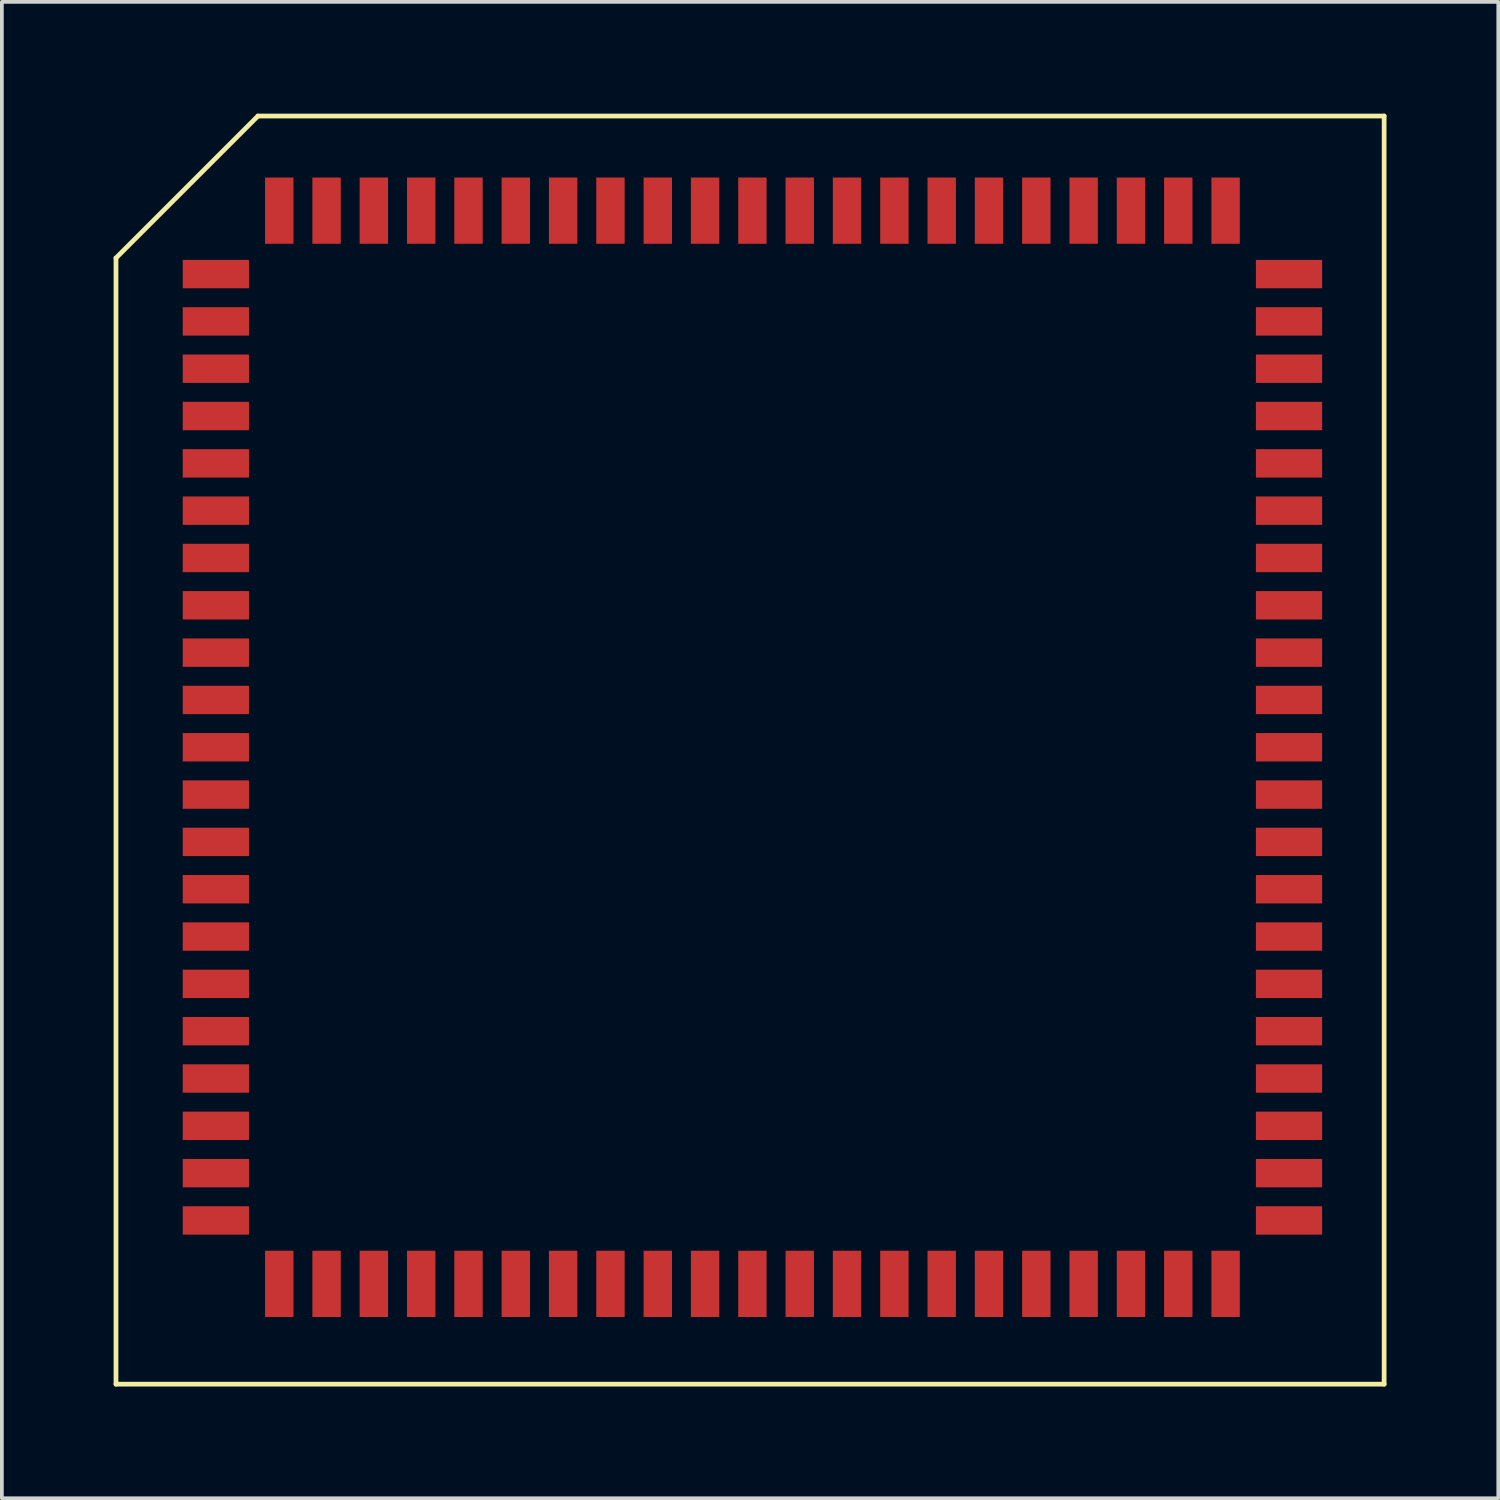
<source format=kicad_pcb>
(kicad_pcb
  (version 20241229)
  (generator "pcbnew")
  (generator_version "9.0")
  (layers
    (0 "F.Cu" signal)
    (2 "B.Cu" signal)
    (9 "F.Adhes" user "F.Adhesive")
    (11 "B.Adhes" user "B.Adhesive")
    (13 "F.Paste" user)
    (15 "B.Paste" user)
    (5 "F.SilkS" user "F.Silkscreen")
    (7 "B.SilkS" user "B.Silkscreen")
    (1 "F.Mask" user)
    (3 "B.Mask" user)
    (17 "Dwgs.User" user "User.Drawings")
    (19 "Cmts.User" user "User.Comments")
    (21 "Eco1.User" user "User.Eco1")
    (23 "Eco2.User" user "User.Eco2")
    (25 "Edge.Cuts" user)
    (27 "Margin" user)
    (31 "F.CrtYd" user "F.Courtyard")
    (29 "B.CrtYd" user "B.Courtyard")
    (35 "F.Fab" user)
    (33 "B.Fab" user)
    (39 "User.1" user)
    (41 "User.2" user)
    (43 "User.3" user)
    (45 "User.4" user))
  (footprint "JLCC84-no-silk-lines"
    (layer "F.Cu")
    (at 14.287 10.986)
    (property "Reference" "JLCC84-no-silk-lines" (at 0 0 0) (layer "Cmts.User") (effects (font (size 0.001 0.001) (thickness 0.000001))))
    (attr through_hole)
    (fp_line (start -14.224 -7.112) (end -10.414 -10.922) (stroke (width 0.127) (type solid)) (layer "F.SilkS"))
    (fp_line (start -14.224 23.114) (end -14.224 -7.112) (stroke (width 0.127) (type solid)) (layer "F.SilkS"))
    (fp_line (start -10.414 -10.922) (end 19.812 -10.922) (stroke (width 0.127) (type solid)) (layer "F.SilkS"))
    (fp_line (start 19.812 -10.922) (end 19.812 23.114) (stroke (width 0.127) (type solid)) (layer "F.SilkS"))
    (fp_line (start 19.812 23.114) (end -14.224 23.114) (stroke (width 0.127) (type solid)) (layer "F.SilkS"))
    (fp_text user "JLCC84" (at 0 0 0) (layer "Eco1.User") (effects (font (size 1.27 1.27) (thickness 0.102))))
    (pad "P$1" smd rect (at -11.544 6.02 90) (size 0.762 1.778) (layers "F.Cu" "F.Mask" "F.Paste"))
    (pad "P$2" smd rect (at -11.544 7.29 90) (size 0.762 1.778) (layers "F.Cu" "F.Mask" "F.Paste"))
    (pad "P$3" smd rect (at -11.544 8.56 90) (size 0.762 1.778) (layers "F.Cu" "F.Mask" "F.Paste"))
    (pad "P$4" smd rect (at -11.544 9.83 90) (size 0.762 1.778) (layers "F.Cu" "F.Mask" "F.Paste"))
    (pad "P$5" smd rect (at -11.544 11.1 90) (size 0.762 1.778) (layers "F.Cu" "F.Mask" "F.Paste"))
    (pad "P$6" smd rect (at -11.544 12.37 90) (size 0.762 1.778) (layers "F.Cu" "F.Mask" "F.Paste"))
    (pad "P$7" smd rect (at -11.544 13.64 90) (size 0.762 1.778) (layers "F.Cu" "F.Mask" "F.Paste"))
    (pad "P$8" smd rect (at -11.544 14.91 90) (size 0.762 1.778) (layers "F.Cu" "F.Mask" "F.Paste"))
    (pad "P$9" smd rect (at -11.544 16.18 90) (size 0.762 1.778) (layers "F.Cu" "F.Mask" "F.Paste"))
    (pad "P$10" smd rect (at -11.544 17.45 90) (size 0.762 1.778) (layers "F.Cu" "F.Mask" "F.Paste"))
    (pad "P$11" smd rect (at -11.544 18.72 90) (size 0.762 1.778) (layers "F.Cu" "F.Mask" "F.Paste"))
    (pad "P$12" smd rect (at -9.842 20.422 180) (size 0.762 1.778) (layers "F.Cu" "F.Mask" "F.Paste"))
    (pad "P$13" smd rect (at -8.572 20.422 180) (size 0.762 1.778) (layers "F.Cu" "F.Mask" "F.Paste"))
    (pad "P$14" smd rect (at -7.303 20.422 180) (size 0.762 1.778) (layers "F.Cu" "F.Mask" "F.Paste"))
    (pad "P$15" smd rect (at -6.032 20.422 180) (size 0.762 1.778) (layers "F.Cu" "F.Mask" "F.Paste"))
    (pad "P$16" smd rect (at -4.763 20.422 180) (size 0.762 1.778) (layers "F.Cu" "F.Mask" "F.Paste"))
    (pad "P$17" smd rect (at -3.493 20.422 180) (size 0.762 1.778) (layers "F.Cu" "F.Mask" "F.Paste"))
    (pad "P$18" smd rect (at -2.223 20.422 180) (size 0.762 1.778) (layers "F.Cu" "F.Mask" "F.Paste"))
    (pad "P$19" smd rect (at -0.953 20.422 180) (size 0.762 1.778) (layers "F.Cu" "F.Mask" "F.Paste"))
    (pad "P$20" smd rect (at 0.318 20.422 180) (size 0.762 1.778) (layers "F.Cu" "F.Mask" "F.Paste"))
    (pad "P$21" smd rect (at 1.587 20.422 180) (size 0.762 1.778) (layers "F.Cu" "F.Mask" "F.Paste"))
    (pad "P$22" smd rect (at 2.857 20.422 180) (size 0.762 1.778) (layers "F.Cu" "F.Mask" "F.Paste"))
    (pad "P$23" smd rect (at 4.128 20.422 180) (size 0.762 1.778) (layers "F.Cu" "F.Mask" "F.Paste"))
    (pad "P$24" smd rect (at 5.397 20.422 180) (size 0.762 1.778) (layers "F.Cu" "F.Mask" "F.Paste"))
    (pad "P$25" smd rect (at 6.668 20.422 180) (size 0.762 1.778) (layers "F.Cu" "F.Mask" "F.Paste"))
    (pad "P$26" smd rect (at 7.938 20.422 180) (size 0.762 1.778) (layers "F.Cu" "F.Mask" "F.Paste"))
    (pad "P$27" smd rect (at 9.207 20.422 180) (size 0.762 1.778) (layers "F.Cu" "F.Mask" "F.Paste"))
    (pad "P$28" smd rect (at 10.477 20.422 180) (size 0.762 1.778) (layers "F.Cu" "F.Mask" "F.Paste"))
    (pad "P$29" smd rect (at 11.748 20.422 180) (size 0.762 1.778) (layers "F.Cu" "F.Mask" "F.Paste"))
    (pad "P$30" smd rect (at 13.018 20.422 180) (size 0.762 1.778) (layers "F.Cu" "F.Mask" "F.Paste"))
    (pad "P$31" smd rect (at 14.287 20.422 180) (size 0.762 1.778) (layers "F.Cu" "F.Mask" "F.Paste"))
    (pad "P$32" smd rect (at 15.557 20.422 180) (size 0.762 1.778) (layers "F.Cu" "F.Mask" "F.Paste"))
    (pad "P$33" smd rect (at 17.259 18.72 90) (size 0.762 1.778) (layers "F.Cu" "F.Mask" "F.Paste"))
    (pad "P$34" smd rect (at 17.259 17.45 90) (size 0.762 1.778) (layers "F.Cu" "F.Mask" "F.Paste"))
    (pad "P$35" smd rect (at 17.259 16.18 90) (size 0.762 1.778) (layers "F.Cu" "F.Mask" "F.Paste"))
    (pad "P$36" smd rect (at 17.259 14.91 90) (size 0.762 1.778) (layers "F.Cu" "F.Mask" "F.Paste"))
    (pad "P$37" smd rect (at 17.259 13.64 90) (size 0.762 1.778) (layers "F.Cu" "F.Mask" "F.Paste"))
    (pad "P$38" smd rect (at 17.259 12.37 90) (size 0.762 1.778) (layers "F.Cu" "F.Mask" "F.Paste"))
    (pad "P$39" smd rect (at 17.259 11.1 90) (size 0.762 1.778) (layers "F.Cu" "F.Mask" "F.Paste"))
    (pad "P$40" smd rect (at 17.259 9.83 90) (size 0.762 1.778) (layers "F.Cu" "F.Mask" "F.Paste"))
    (pad "P$41" smd rect (at 17.259 8.56 90) (size 0.762 1.778) (layers "F.Cu" "F.Mask" "F.Paste"))
    (pad "P$42" smd rect (at 17.259 7.29 90) (size 0.762 1.778) (layers "F.Cu" "F.Mask" "F.Paste"))
    (pad "P$43" smd rect (at 17.259 6.02 90) (size 0.762 1.778) (layers "F.Cu" "F.Mask" "F.Paste"))
    (pad "P$44" smd rect (at 17.259 4.75 90) (size 0.762 1.778) (layers "F.Cu" "F.Mask" "F.Paste"))
    (pad "P$45" smd rect (at 17.259 3.48 90) (size 0.762 1.778) (layers "F.Cu" "F.Mask" "F.Paste"))
    (pad "P$46" smd rect (at 17.259 2.21 90) (size 0.762 1.778) (layers "F.Cu" "F.Mask" "F.Paste"))
    (pad "P$47" smd rect (at 17.259 0.94 90) (size 0.762 1.778) (layers "F.Cu" "F.Mask" "F.Paste"))
    (pad "P$48" smd rect (at 17.259 -0.33 90) (size 0.762 1.778) (layers "F.Cu" "F.Mask" "F.Paste"))
    (pad "P$49" smd rect (at 17.259 -1.6 90) (size 0.762 1.778) (layers "F.Cu" "F.Mask" "F.Paste"))
    (pad "P$50" smd rect (at 17.259 -2.87 90) (size 0.762 1.778) (layers "F.Cu" "F.Mask" "F.Paste"))
    (pad "P$51" smd rect (at 17.259 -4.14 90) (size 0.762 1.778) (layers "F.Cu" "F.Mask" "F.Paste"))
    (pad "P$52" smd rect (at 17.259 -5.41 90) (size 0.762 1.778) (layers "F.Cu" "F.Mask" "F.Paste"))
    (pad "P$53" smd rect (at 17.259 -6.68 90) (size 0.762 1.778) (layers "F.Cu" "F.Mask" "F.Paste"))
    (pad "P$54" smd rect (at 15.557 -8.382 180) (size 0.762 1.778) (layers "F.Cu" "F.Mask" "F.Paste"))
    (pad "P$55" smd rect (at 14.287 -8.382 180) (size 0.762 1.778) (layers "F.Cu" "F.Mask" "F.Paste"))
    (pad "P$56" smd rect (at 13.018 -8.382 180) (size 0.762 1.778) (layers "F.Cu" "F.Mask" "F.Paste"))
    (pad "P$57" smd rect (at 11.748 -8.382 180) (size 0.762 1.778) (layers "F.Cu" "F.Mask" "F.Paste"))
    (pad "P$58" smd rect (at 10.477 -8.382 180) (size 0.762 1.778) (layers "F.Cu" "F.Mask" "F.Paste"))
    (pad "P$59" smd rect (at 9.207 -8.382 180) (size 0.762 1.778) (layers "F.Cu" "F.Mask" "F.Paste"))
    (pad "P$60" smd rect (at 7.938 -8.382 180) (size 0.762 1.778) (layers "F.Cu" "F.Mask" "F.Paste"))
    (pad "P$61" smd rect (at 6.668 -8.382 180) (size 0.762 1.778) (layers "F.Cu" "F.Mask" "F.Paste"))
    (pad "P$62" smd rect (at 5.397 -8.382 180) (size 0.762 1.778) (layers "F.Cu" "F.Mask" "F.Paste"))
    (pad "P$63" smd rect (at 4.128 -8.382 180) (size 0.762 1.778) (layers "F.Cu" "F.Mask" "F.Paste"))
    (pad "P$64" smd rect (at 2.857 -8.382 180) (size 0.762 1.778) (layers "F.Cu" "F.Mask" "F.Paste"))
    (pad "P$65" smd rect (at 1.587 -8.382 180) (size 0.762 1.778) (layers "F.Cu" "F.Mask" "F.Paste"))
    (pad "P$66" smd rect (at 0.318 -8.382 180) (size 0.762 1.778) (layers "F.Cu" "F.Mask" "F.Paste"))
    (pad "P$67" smd rect (at -0.953 -8.382 180) (size 0.762 1.778) (layers "F.Cu" "F.Mask" "F.Paste"))
    (pad "P$68" smd rect (at -2.223 -8.382 180) (size 0.762 1.778) (layers "F.Cu" "F.Mask" "F.Paste"))
    (pad "P$69" smd rect (at -3.493 -8.382 180) (size 0.762 1.778) (layers "F.Cu" "F.Mask" "F.Paste"))
    (pad "P$70" smd rect (at -4.763 -8.382 180) (size 0.762 1.778) (layers "F.Cu" "F.Mask" "F.Paste"))
    (pad "P$71" smd rect (at -6.032 -8.382 180) (size 0.762 1.778) (layers "F.Cu" "F.Mask" "F.Paste"))
    (pad "P$72" smd rect (at -7.303 -8.382 180) (size 0.762 1.778) (layers "F.Cu" "F.Mask" "F.Paste"))
    (pad "P$73" smd rect (at -8.572 -8.382 180) (size 0.762 1.778) (layers "F.Cu" "F.Mask" "F.Paste"))
    (pad "P$74" smd rect (at -9.842 -8.382 180) (size 0.762 1.778) (layers "F.Cu" "F.Mask" "F.Paste"))
    (pad "P$75" smd rect (at -11.544 -6.68 90) (size 0.762 1.778) (layers "F.Cu" "F.Mask" "F.Paste"))
    (pad "P$76" smd rect (at -11.544 -5.41 90) (size 0.762 1.778) (layers "F.Cu" "F.Mask" "F.Paste"))
    (pad "P$77" smd rect (at -11.544 -4.14 90) (size 0.762 1.778) (layers "F.Cu" "F.Mask" "F.Paste"))
    (pad "P$78" smd rect (at -11.544 -2.87 90) (size 0.762 1.778) (layers "F.Cu" "F.Mask" "F.Paste"))
    (pad "P$79" smd rect (at -11.544 -1.6 90) (size 0.762 1.778) (layers "F.Cu" "F.Mask" "F.Paste"))
    (pad "P$80" smd rect (at -11.544 -0.33 90) (size 0.762 1.778) (layers "F.Cu" "F.Mask" "F.Paste"))
    (pad "P$81" smd rect (at -11.544 0.94 90) (size 0.762 1.778) (layers "F.Cu" "F.Mask" "F.Paste"))
    (pad "P$82" smd rect (at -11.544 2.21 90) (size 0.762 1.778) (layers "F.Cu" "F.Mask" "F.Paste"))
    (pad "P$83" smd rect (at -11.544 3.48 90) (size 0.762 1.778) (layers "F.Cu" "F.Mask" "F.Paste"))
    (pad "P$84" smd rect (at -11.544 4.75 90) (size 0.762 1.778) (layers "F.Cu" "F.Mask" "F.Paste")))
  (gr_rect
    (start -3 -3)
    (end 37.163 37.163)
    (stroke (width 0.1) (type default))
    (fill no)
    (layer "Edge.Cuts")))
</source>
